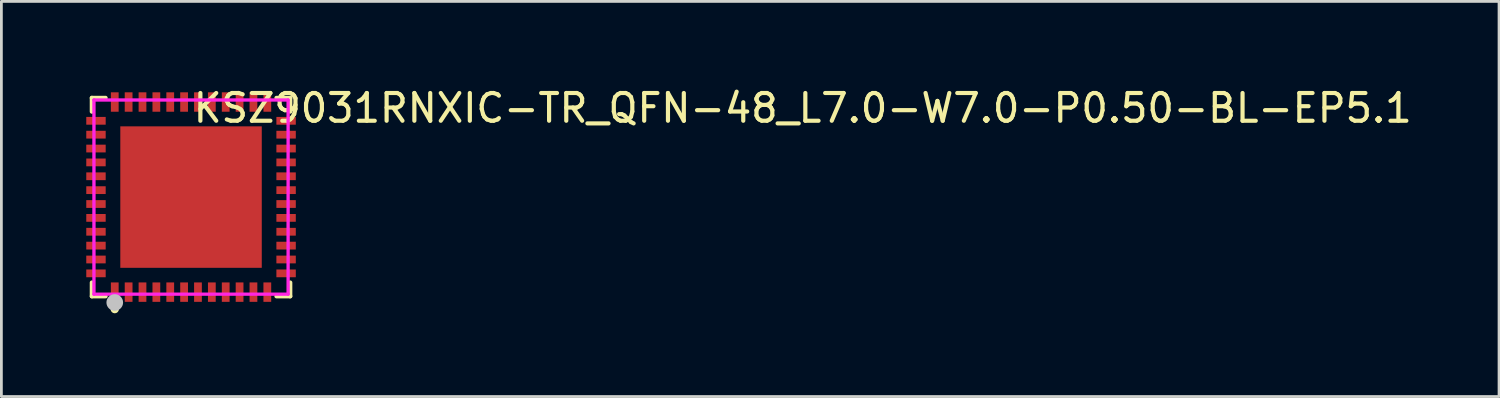
<source format=kicad_pcb>
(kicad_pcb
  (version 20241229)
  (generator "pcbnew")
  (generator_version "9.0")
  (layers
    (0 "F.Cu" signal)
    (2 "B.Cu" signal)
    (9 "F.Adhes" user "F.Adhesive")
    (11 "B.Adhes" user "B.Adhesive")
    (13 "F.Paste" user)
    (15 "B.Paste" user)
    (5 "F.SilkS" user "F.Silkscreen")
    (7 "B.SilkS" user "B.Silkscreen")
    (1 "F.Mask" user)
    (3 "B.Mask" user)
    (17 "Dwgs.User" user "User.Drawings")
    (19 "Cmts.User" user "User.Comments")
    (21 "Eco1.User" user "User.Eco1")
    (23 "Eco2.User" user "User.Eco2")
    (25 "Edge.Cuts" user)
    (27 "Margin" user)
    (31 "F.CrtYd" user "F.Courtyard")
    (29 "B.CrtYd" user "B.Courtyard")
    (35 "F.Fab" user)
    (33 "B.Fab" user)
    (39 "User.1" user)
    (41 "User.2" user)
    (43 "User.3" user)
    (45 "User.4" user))
  (footprint "KSZ9031RNXIC-TR_QFN-48_L7.0-W7.0-P0.50-BL-EP5.1"
    (layer "F.Cu")
    (at 3.837 4.055)
    (property "Reference" "KSZ9031RNXIC-TR_QFN-48_L7.0-W7.0-P0.50-BL-EP5.1" (at 0 -3.207 0) (layer "F.SilkS") (effects (font (size 1 1) (thickness 0.15)) (justify left)))
    (attr through_hole)
    (fp_line (start -3.576 -3.576) (end -3.081 -3.576) (stroke (width 0.152) (type solid)) (layer "F.SilkS"))
    (fp_line (start -3.576 -3.081) (end -3.576 -3.576) (stroke (width 0.152) (type solid)) (layer "F.SilkS"))
    (fp_line (start -3.576 3.081) (end -3.576 3.576) (stroke (width 0.152) (type solid)) (layer "F.SilkS"))
    (fp_line (start -3.576 3.576) (end -3.081 3.576) (stroke (width 0.152) (type solid)) (layer "F.SilkS"))
    (fp_line (start 3.576 -3.576) (end 3.081 -3.576) (stroke (width 0.152) (type solid)) (layer "F.SilkS"))
    (fp_line (start 3.576 -3.081) (end 3.576 -3.576) (stroke (width 0.152) (type solid)) (layer "F.SilkS"))
    (fp_line (start 3.576 3.081) (end 3.576 3.576) (stroke (width 0.152) (type solid)) (layer "F.SilkS"))
    (fp_line (start 3.576 3.576) (end 3.081 3.576) (stroke (width 0.152) (type solid)) (layer "F.SilkS"))
    (fp_circle (center -2.75 4.04) (end -2.675 4.04) (stroke (width 0.15) (type solid)) (fill no) (layer "F.SilkS"))
    (fp_poly (pts (xy -3.077 -2.61) (xy -3.077 -2.89) (xy -3.777 -2.89) (xy -3.777 -2.61)) (stroke (width 0.12) (type solid)) (fill yes) (layer "F.Paste"))
    (fp_poly (pts (xy -3.077 -2.11) (xy -3.077 -2.39) (xy -3.777 -2.39) (xy -3.777 -2.11)) (stroke (width 0.12) (type solid)) (fill yes) (layer "F.Paste"))
    (fp_poly (pts (xy -3.077 -1.61) (xy -3.077 -1.89) (xy -3.777 -1.89) (xy -3.777 -1.61)) (stroke (width 0.12) (type solid)) (fill yes) (layer "F.Paste"))
    (fp_poly (pts (xy -3.077 -1.11) (xy -3.077 -1.39) (xy -3.777 -1.39) (xy -3.777 -1.11)) (stroke (width 0.12) (type solid)) (fill yes) (layer "F.Paste"))
    (fp_poly (pts (xy -3.077 -0.61) (xy -3.077 -0.89) (xy -3.777 -0.89) (xy -3.777 -0.61)) (stroke (width 0.12) (type solid)) (fill yes) (layer "F.Paste"))
    (fp_poly (pts (xy -3.077 -0.11) (xy -3.077 -0.39) (xy -3.777 -0.39) (xy -3.777 -0.11)) (stroke (width 0.12) (type solid)) (fill yes) (layer "F.Paste"))
    (fp_poly (pts (xy -3.077 0.39) (xy -3.077 0.11) (xy -3.777 0.11) (xy -3.777 0.39)) (stroke (width 0.12) (type solid)) (fill yes) (layer "F.Paste"))
    (fp_poly (pts (xy -3.077 0.89) (xy -3.077 0.61) (xy -3.777 0.61) (xy -3.777 0.89)) (stroke (width 0.12) (type solid)) (fill yes) (layer "F.Paste"))
    (fp_poly (pts (xy -3.077 1.39) (xy -3.077 1.11) (xy -3.777 1.11) (xy -3.777 1.39)) (stroke (width 0.12) (type solid)) (fill yes) (layer "F.Paste"))
    (fp_poly (pts (xy -3.077 1.89) (xy -3.077 1.61) (xy -3.777 1.61) (xy -3.777 1.89)) (stroke (width 0.12) (type solid)) (fill yes) (layer "F.Paste"))
    (fp_poly (pts (xy -3.077 2.39) (xy -3.077 2.11) (xy -3.777 2.11) (xy -3.777 2.39)) (stroke (width 0.12) (type solid)) (fill yes) (layer "F.Paste"))
    (fp_poly (pts (xy -3.077 2.89) (xy -3.077 2.61) (xy -3.777 2.61) (xy -3.777 2.89)) (stroke (width 0.12) (type solid)) (fill yes) (layer "F.Paste"))
    (fp_poly (pts (xy -2.61 -3.778) (xy -2.89 -3.778) (xy -2.89 -3.078) (xy -2.61 -3.078)) (stroke (width 0.12) (type solid)) (fill yes) (layer "F.Paste"))
    (fp_poly (pts (xy -2.61 3.077) (xy -2.89 3.077) (xy -2.89 3.777) (xy -2.61 3.777)) (stroke (width 0.12) (type solid)) (fill yes) (layer "F.Paste"))
    (fp_poly (pts (xy -2.11 -3.778) (xy -2.39 -3.778) (xy -2.39 -3.078) (xy -2.11 -3.078)) (stroke (width 0.12) (type solid)) (fill yes) (layer "F.Paste"))
    (fp_poly (pts (xy -2.11 3.077) (xy -2.39 3.077) (xy -2.39 3.777) (xy -2.11 3.777)) (stroke (width 0.12) (type solid)) (fill yes) (layer "F.Paste"))
    (fp_poly (pts (xy -2.04 -2.04) (xy 2.04 -2.04) (xy 2.04 2.04) (xy -2.04 2.04)) (stroke (width 0.12) (type solid)) (fill yes) (layer "F.Paste"))
    (fp_poly (pts (xy -1.61 -3.778) (xy -1.89 -3.778) (xy -1.89 -3.078) (xy -1.61 -3.078)) (stroke (width 0.12) (type solid)) (fill yes) (layer "F.Paste"))
    (fp_poly (pts (xy -1.61 3.077) (xy -1.89 3.077) (xy -1.89 3.777) (xy -1.61 3.777)) (stroke (width 0.12) (type solid)) (fill yes) (layer "F.Paste"))
    (fp_poly (pts (xy -1.11 -3.778) (xy -1.39 -3.778) (xy -1.39 -3.078) (xy -1.11 -3.078)) (stroke (width 0.12) (type solid)) (fill yes) (layer "F.Paste"))
    (fp_poly (pts (xy -1.11 3.077) (xy -1.39 3.077) (xy -1.39 3.777) (xy -1.11 3.777)) (stroke (width 0.12) (type solid)) (fill yes) (layer "F.Paste"))
    (fp_poly (pts (xy -0.61 -3.778) (xy -0.89 -3.778) (xy -0.89 -3.078) (xy -0.61 -3.078)) (stroke (width 0.12) (type solid)) (fill yes) (layer "F.Paste"))
    (fp_poly (pts (xy -0.61 3.077) (xy -0.89 3.077) (xy -0.89 3.777) (xy -0.61 3.777)) (stroke (width 0.12) (type solid)) (fill yes) (layer "F.Paste"))
    (fp_poly (pts (xy -0.11 -3.778) (xy -0.39 -3.778) (xy -0.39 -3.078) (xy -0.11 -3.078)) (stroke (width 0.12) (type solid)) (fill yes) (layer "F.Paste"))
    (fp_poly (pts (xy -0.11 3.077) (xy -0.39 3.077) (xy -0.39 3.777) (xy -0.11 3.777)) (stroke (width 0.12) (type solid)) (fill yes) (layer "F.Paste"))
    (fp_poly (pts (xy 0.39 -3.778) (xy 0.11 -3.778) (xy 0.11 -3.078) (xy 0.39 -3.078)) (stroke (width 0.12) (type solid)) (fill yes) (layer "F.Paste"))
    (fp_poly (pts (xy 0.39 3.077) (xy 0.11 3.077) (xy 0.11 3.777) (xy 0.39 3.777)) (stroke (width 0.12) (type solid)) (fill yes) (layer "F.Paste"))
    (fp_poly (pts (xy 0.89 -3.778) (xy 0.61 -3.778) (xy 0.61 -3.078) (xy 0.89 -3.078)) (stroke (width 0.12) (type solid)) (fill yes) (layer "F.Paste"))
    (fp_poly (pts (xy 0.89 3.077) (xy 0.61 3.077) (xy 0.61 3.777) (xy 0.89 3.777)) (stroke (width 0.12) (type solid)) (fill yes) (layer "F.Paste"))
    (fp_poly (pts (xy 1.39 -3.778) (xy 1.11 -3.778) (xy 1.11 -3.078) (xy 1.39 -3.078)) (stroke (width 0.12) (type solid)) (fill yes) (layer "F.Paste"))
    (fp_poly (pts (xy 1.39 3.077) (xy 1.11 3.077) (xy 1.11 3.777) (xy 1.39 3.777)) (stroke (width 0.12) (type solid)) (fill yes) (layer "F.Paste"))
    (fp_poly (pts (xy 1.89 -3.778) (xy 1.61 -3.778) (xy 1.61 -3.078) (xy 1.89 -3.078)) (stroke (width 0.12) (type solid)) (fill yes) (layer "F.Paste"))
    (fp_poly (pts (xy 1.89 3.077) (xy 1.61 3.077) (xy 1.61 3.777) (xy 1.89 3.777)) (stroke (width 0.12) (type solid)) (fill yes) (layer "F.Paste"))
    (fp_poly (pts (xy 2.39 -3.778) (xy 2.11 -3.778) (xy 2.11 -3.078) (xy 2.39 -3.078)) (stroke (width 0.12) (type solid)) (fill yes) (layer "F.Paste"))
    (fp_poly (pts (xy 2.39 3.077) (xy 2.11 3.077) (xy 2.11 3.777) (xy 2.39 3.777)) (stroke (width 0.12) (type solid)) (fill yes) (layer "F.Paste"))
    (fp_poly (pts (xy 2.89 -3.778) (xy 2.61 -3.778) (xy 2.61 -3.078) (xy 2.89 -3.078)) (stroke (width 0.12) (type solid)) (fill yes) (layer "F.Paste"))
    (fp_poly (pts (xy 2.89 3.077) (xy 2.61 3.077) (xy 2.61 3.777) (xy 2.89 3.777)) (stroke (width 0.12) (type solid)) (fill yes) (layer "F.Paste"))
    (fp_poly (pts (xy 3.778 -2.61) (xy 3.778 -2.89) (xy 3.078 -2.89) (xy 3.078 -2.61)) (stroke (width 0.12) (type solid)) (fill yes) (layer "F.Paste"))
    (fp_poly (pts (xy 3.778 -2.11) (xy 3.778 -2.39) (xy 3.078 -2.39) (xy 3.078 -2.11)) (stroke (width 0.12) (type solid)) (fill yes) (layer "F.Paste"))
    (fp_poly (pts (xy 3.778 -1.61) (xy 3.778 -1.89) (xy 3.078 -1.89) (xy 3.078 -1.61)) (stroke (width 0.12) (type solid)) (fill yes) (layer "F.Paste"))
    (fp_poly (pts (xy 3.778 -1.11) (xy 3.778 -1.39) (xy 3.078 -1.39) (xy 3.078 -1.11)) (stroke (width 0.12) (type solid)) (fill yes) (layer "F.Paste"))
    (fp_poly (pts (xy 3.778 -0.61) (xy 3.778 -0.89) (xy 3.078 -0.89) (xy 3.078 -0.61)) (stroke (width 0.12) (type solid)) (fill yes) (layer "F.Paste"))
    (fp_poly (pts (xy 3.778 -0.11) (xy 3.778 -0.39) (xy 3.078 -0.39) (xy 3.078 -0.11)) (stroke (width 0.12) (type solid)) (fill yes) (layer "F.Paste"))
    (fp_poly (pts (xy 3.778 0.39) (xy 3.778 0.11) (xy 3.078 0.11) (xy 3.078 0.39)) (stroke (width 0.12) (type solid)) (fill yes) (layer "F.Paste"))
    (fp_poly (pts (xy 3.778 0.89) (xy 3.778 0.61) (xy 3.078 0.61) (xy 3.078 0.89)) (stroke (width 0.12) (type solid)) (fill yes) (layer "F.Paste"))
    (fp_poly (pts (xy 3.778 1.39) (xy 3.778 1.11) (xy 3.078 1.11) (xy 3.078 1.39)) (stroke (width 0.12) (type solid)) (fill yes) (layer "F.Paste"))
    (fp_poly (pts (xy 3.778 1.89) (xy 3.778 1.61) (xy 3.078 1.61) (xy 3.078 1.89)) (stroke (width 0.12) (type solid)) (fill yes) (layer "F.Paste"))
    (fp_poly (pts (xy 3.778 2.39) (xy 3.778 2.11) (xy 3.078 2.11) (xy 3.078 2.39)) (stroke (width 0.12) (type solid)) (fill yes) (layer "F.Paste"))
    (fp_poly (pts (xy 3.778 2.89) (xy 3.778 2.61) (xy 3.078 2.61) (xy 3.078 2.89)) (stroke (width 0.12) (type solid)) (fill yes) (layer "F.Paste"))
    (fp_circle (center -2.75 3.8) (end -2.6 3.8) (stroke (width 0.3) (type solid)) (fill no) (layer "Dwgs.User"))
    (fp_circle (center -3.5 3.5) (end -3.47 3.5) (stroke (width 0.06) (type solid)) (fill no) (layer "Eco2.User"))
    (fp_poly (pts (xy -3.1 -2.63) (xy -3.1 -2.87) (xy -3.5 -2.87) (xy -3.5 -2.63)) (stroke (width 0.12) (type solid)) (fill no) (layer "Eco2.User"))
    (fp_poly (pts (xy -3.1 -2.13) (xy -3.1 -2.37) (xy -3.5 -2.37) (xy -3.5 -2.13)) (stroke (width 0.12) (type solid)) (fill no) (layer "Eco2.User"))
    (fp_poly (pts (xy -3.1 -1.63) (xy -3.1 -1.87) (xy -3.5 -1.87) (xy -3.5 -1.63)) (stroke (width 0.12) (type solid)) (fill no) (layer "Eco2.User"))
    (fp_poly (pts (xy -3.1 -1.13) (xy -3.1 -1.37) (xy -3.5 -1.37) (xy -3.5 -1.13)) (stroke (width 0.12) (type solid)) (fill no) (layer "Eco2.User"))
    (fp_poly (pts (xy -3.1 -0.63) (xy -3.1 -0.87) (xy -3.5 -0.87) (xy -3.5 -0.63)) (stroke (width 0.12) (type solid)) (fill no) (layer "Eco2.User"))
    (fp_poly (pts (xy -3.1 -0.13) (xy -3.1 -0.37) (xy -3.5 -0.37) (xy -3.5 -0.13)) (stroke (width 0.12) (type solid)) (fill no) (layer "Eco2.User"))
    (fp_poly (pts (xy -3.1 0.37) (xy -3.1 0.13) (xy -3.5 0.13) (xy -3.5 0.37)) (stroke (width 0.12) (type solid)) (fill no) (layer "Eco2.User"))
    (fp_poly (pts (xy -3.1 0.87) (xy -3.1 0.63) (xy -3.5 0.63) (xy -3.5 0.87)) (stroke (width 0.12) (type solid)) (fill no) (layer "Eco2.User"))
    (fp_poly (pts (xy -3.1 1.37) (xy -3.1 1.13) (xy -3.5 1.13) (xy -3.5 1.37)) (stroke (width 0.12) (type solid)) (fill no) (layer "Eco2.User"))
    (fp_poly (pts (xy -3.1 1.87) (xy -3.1 1.63) (xy -3.5 1.63) (xy -3.5 1.87)) (stroke (width 0.12) (type solid)) (fill no) (layer "Eco2.User"))
    (fp_poly (pts (xy -3.1 2.37) (xy -3.1 2.13) (xy -3.5 2.13) (xy -3.5 2.37)) (stroke (width 0.12) (type solid)) (fill no) (layer "Eco2.User"))
    (fp_poly (pts (xy -3.1 2.87) (xy -3.1 2.63) (xy -3.5 2.63) (xy -3.5 2.87)) (stroke (width 0.12) (type solid)) (fill no) (layer "Eco2.User"))
    (fp_poly (pts (xy -2.87 -3.5) (xy -2.87 -3.1) (xy -2.63 -3.1) (xy -2.63 -3.5)) (stroke (width 0.12) (type solid)) (fill no) (layer "Eco2.User"))
    (fp_poly (pts (xy -2.87 3.5) (xy -2.87 3.1) (xy -2.63 3.1) (xy -2.63 3.5)) (stroke (width 0.12) (type solid)) (fill no) (layer "Eco2.User"))
    (fp_poly (pts (xy -2.55 -2.55) (xy 2.55 -2.55) (xy 2.55 2.55) (xy -2.55 2.55)) (stroke (width 0.12) (type solid)) (fill no) (layer "Eco2.User"))
    (fp_poly (pts (xy -2.37 -3.5) (xy -2.37 -3.1) (xy -2.13 -3.1) (xy -2.13 -3.5)) (stroke (width 0.12) (type solid)) (fill no) (layer "Eco2.User"))
    (fp_poly (pts (xy -2.37 3.5) (xy -2.37 3.1) (xy -2.13 3.1) (xy -2.13 3.5)) (stroke (width 0.12) (type solid)) (fill no) (layer "Eco2.User"))
    (fp_poly (pts (xy -1.87 -3.5) (xy -1.87 -3.1) (xy -1.63 -3.1) (xy -1.63 -3.5)) (stroke (width 0.12) (type solid)) (fill no) (layer "Eco2.User"))
    (fp_poly (pts (xy -1.87 3.5) (xy -1.87 3.1) (xy -1.63 3.1) (xy -1.63 3.5)) (stroke (width 0.12) (type solid)) (fill no) (layer "Eco2.User"))
    (fp_poly (pts (xy -1.37 -3.5) (xy -1.37 -3.1) (xy -1.13 -3.1) (xy -1.13 -3.5)) (stroke (width 0.12) (type solid)) (fill no) (layer "Eco2.User"))
    (fp_poly (pts (xy -1.37 3.5) (xy -1.37 3.1) (xy -1.13 3.1) (xy -1.13 3.5)) (stroke (width 0.12) (type solid)) (fill no) (layer "Eco2.User"))
    (fp_poly (pts (xy -0.87 -3.5) (xy -0.87 -3.1) (xy -0.63 -3.1) (xy -0.63 -3.5)) (stroke (width 0.12) (type solid)) (fill no) (layer "Eco2.User"))
    (fp_poly (pts (xy -0.87 3.5) (xy -0.87 3.1) (xy -0.63 3.1) (xy -0.63 3.5)) (stroke (width 0.12) (type solid)) (fill no) (layer "Eco2.User"))
    (fp_poly (pts (xy -0.37 -3.5) (xy -0.37 -3.1) (xy -0.13 -3.1) (xy -0.13 -3.5)) (stroke (width 0.12) (type solid)) (fill no) (layer "Eco2.User"))
    (fp_poly (pts (xy -0.37 3.5) (xy -0.37 3.1) (xy -0.13 3.1) (xy -0.13 3.5)) (stroke (width 0.12) (type solid)) (fill no) (layer "Eco2.User"))
    (fp_poly (pts (xy 0.13 -3.5) (xy 0.13 -3.1) (xy 0.37 -3.1) (xy 0.37 -3.5)) (stroke (width 0.12) (type solid)) (fill no) (layer "Eco2.User"))
    (fp_poly (pts (xy 0.13 3.5) (xy 0.13 3.1) (xy 0.37 3.1) (xy 0.37 3.5)) (stroke (width 0.12) (type solid)) (fill no) (layer "Eco2.User"))
    (fp_poly (pts (xy 0.63 -3.5) (xy 0.63 -3.1) (xy 0.87 -3.1) (xy 0.87 -3.5)) (stroke (width 0.12) (type solid)) (fill no) (layer "Eco2.User"))
    (fp_poly (pts (xy 0.63 3.5) (xy 0.63 3.1) (xy 0.87 3.1) (xy 0.87 3.5)) (stroke (width 0.12) (type solid)) (fill no) (layer "Eco2.User"))
    (fp_poly (pts (xy 1.13 -3.5) (xy 1.13 -3.1) (xy 1.37 -3.1) (xy 1.37 -3.5)) (stroke (width 0.12) (type solid)) (fill no) (layer "Eco2.User"))
    (fp_poly (pts (xy 1.13 3.5) (xy 1.13 3.1) (xy 1.37 3.1) (xy 1.37 3.5)) (stroke (width 0.12) (type solid)) (fill no) (layer "Eco2.User"))
    (fp_poly (pts (xy 1.63 -3.5) (xy 1.63 -3.1) (xy 1.87 -3.1) (xy 1.87 -3.5)) (stroke (width 0.12) (type solid)) (fill no) (layer "Eco2.User"))
    (fp_poly (pts (xy 1.63 3.5) (xy 1.63 3.1) (xy 1.87 3.1) (xy 1.87 3.5)) (stroke (width 0.12) (type solid)) (fill no) (layer "Eco2.User"))
    (fp_poly (pts (xy 2.13 -3.5) (xy 2.13 -3.1) (xy 2.37 -3.1) (xy 2.37 -3.5)) (stroke (width 0.12) (type solid)) (fill no) (layer "Eco2.User"))
    (fp_poly (pts (xy 2.13 3.5) (xy 2.13 3.1) (xy 2.37 3.1) (xy 2.37 3.5)) (stroke (width 0.12) (type solid)) (fill no) (layer "Eco2.User"))
    (fp_poly (pts (xy 2.63 -3.5) (xy 2.63 -3.1) (xy 2.87 -3.1) (xy 2.87 -3.5)) (stroke (width 0.12) (type solid)) (fill no) (layer "Eco2.User"))
    (fp_poly (pts (xy 2.63 3.5) (xy 2.63 3.1) (xy 2.87 3.1) (xy 2.87 3.5)) (stroke (width 0.12) (type solid)) (fill no) (layer "Eco2.User"))
    (fp_poly (pts (xy 3.1 -2.63) (xy 3.1 -2.87) (xy 3.5 -2.87) (xy 3.5 -2.63)) (stroke (width 0.12) (type solid)) (fill no) (layer "Eco2.User"))
    (fp_poly (pts (xy 3.1 -2.13) (xy 3.1 -2.37) (xy 3.5 -2.37) (xy 3.5 -2.13)) (stroke (width 0.12) (type solid)) (fill no) (layer "Eco2.User"))
    (fp_poly (pts (xy 3.1 -1.63) (xy 3.1 -1.87) (xy 3.5 -1.87) (xy 3.5 -1.63)) (stroke (width 0.12) (type solid)) (fill no) (layer "Eco2.User"))
    (fp_poly (pts (xy 3.1 -1.13) (xy 3.1 -1.37) (xy 3.5 -1.37) (xy 3.5 -1.13)) (stroke (width 0.12) (type solid)) (fill no) (layer "Eco2.User"))
    (fp_poly (pts (xy 3.1 -0.63) (xy 3.1 -0.87) (xy 3.5 -0.87) (xy 3.5 -0.63)) (stroke (width 0.12) (type solid)) (fill no) (layer "Eco2.User"))
    (fp_poly (pts (xy 3.1 -0.13) (xy 3.1 -0.37) (xy 3.5 -0.37) (xy 3.5 -0.13)) (stroke (width 0.12) (type solid)) (fill no) (layer "Eco2.User"))
    (fp_poly (pts (xy 3.1 0.37) (xy 3.1 0.13) (xy 3.5 0.13) (xy 3.5 0.37)) (stroke (width 0.12) (type solid)) (fill no) (layer "Eco2.User"))
    (fp_poly (pts (xy 3.1 0.87) (xy 3.1 0.63) (xy 3.5 0.63) (xy 3.5 0.87)) (stroke (width 0.12) (type solid)) (fill no) (layer "Eco2.User"))
    (fp_poly (pts (xy 3.1 1.37) (xy 3.1 1.13) (xy 3.5 1.13) (xy 3.5 1.37)) (stroke (width 0.12) (type solid)) (fill no) (layer "Eco2.User"))
    (fp_poly (pts (xy 3.1 1.87) (xy 3.1 1.63) (xy 3.5 1.63) (xy 3.5 1.87)) (stroke (width 0.12) (type solid)) (fill no) (layer "Eco2.User"))
    (fp_poly (pts (xy 3.1 2.37) (xy 3.1 2.13) (xy 3.5 2.13) (xy 3.5 2.37)) (stroke (width 0.12) (type solid)) (fill no) (layer "Eco2.User"))
    (fp_poly (pts (xy 3.1 2.87) (xy 3.1 2.63) (xy 3.5 2.63) (xy 3.5 2.87)) (stroke (width 0.12) (type solid)) (fill no) (layer "Eco2.User"))
    (fp_line (start -3.5 -3.5) (end 3.5 -3.5) (stroke (width 0.12) (type solid)) (layer "F.CrtYd"))
    (fp_line (start -3.5 3.5) (end -3.5 -3.5) (stroke (width 0.12) (type solid)) (layer "F.CrtYd"))
    (fp_line (start 3.5 -3.5) (end 3.5 3.5) (stroke (width 0.12) (type solid)) (layer "F.CrtYd"))
    (fp_line (start 3.5 3.5) (end -3.5 3.5) (stroke (width 0.12) (type solid)) (layer "F.CrtYd"))
    (pad "1" smd rect (at -2.75 3.427) (size 0.28 0.7) (layers "F.Cu" "F.Mask" "F.Paste"))
    (pad "2" smd rect (at -2.25 3.427) (size 0.28 0.7) (layers "F.Cu" "F.Mask" "F.Paste"))
    (pad "3" smd rect (at -1.75 3.427) (size 0.28 0.7) (layers "F.Cu" "F.Mask" "F.Paste"))
    (pad "4" smd rect (at -1.25 3.427) (size 0.28 0.7) (layers "F.Cu" "F.Mask" "F.Paste"))
    (pad "5" smd rect (at -0.75 3.427) (size 0.28 0.7) (layers "F.Cu" "F.Mask" "F.Paste"))
    (pad "6" smd rect (at -0.25 3.427) (size 0.28 0.7) (layers "F.Cu" "F.Mask" "F.Paste"))
    (pad "7" smd rect (at 0.25 3.427) (size 0.28 0.7) (layers "F.Cu" "F.Mask" "F.Paste"))
    (pad "8" smd rect (at 0.75 3.427) (size 0.28 0.7) (layers "F.Cu" "F.Mask" "F.Paste"))
    (pad "9" smd rect (at 1.25 3.427) (size 0.28 0.7) (layers "F.Cu" "F.Mask" "F.Paste"))
    (pad "10" smd rect (at 1.75 3.427) (size 0.28 0.7) (layers "F.Cu" "F.Mask" "F.Paste"))
    (pad "11" smd rect (at 2.25 3.427) (size 0.28 0.7) (layers "F.Cu" "F.Mask" "F.Paste"))
    (pad "12" smd rect (at 2.75 3.427) (size 0.28 0.7) (layers "F.Cu" "F.Mask" "F.Paste"))
    (pad "13" smd rect (at 3.427 2.75) (size 0.7 0.28) (layers "F.Cu" "F.Mask" "F.Paste"))
    (pad "14" smd rect (at 3.427 2.25) (size 0.7 0.28) (layers "F.Cu" "F.Mask" "F.Paste"))
    (pad "15" smd rect (at 3.427 1.75) (size 0.7 0.28) (layers "F.Cu" "F.Mask" "F.Paste"))
    (pad "16" smd rect (at 3.427 1.25) (size 0.7 0.28) (layers "F.Cu" "F.Mask" "F.Paste"))
    (pad "17" smd rect (at 3.427 0.75) (size 0.7 0.28) (layers "F.Cu" "F.Mask" "F.Paste"))
    (pad "18" smd rect (at 3.427 0.25) (size 0.7 0.28) (layers "F.Cu" "F.Mask" "F.Paste"))
    (pad "19" smd rect (at 3.427 -0.25) (size 0.7 0.28) (layers "F.Cu" "F.Mask" "F.Paste"))
    (pad "20" smd rect (at 3.427 -0.75) (size 0.7 0.28) (layers "F.Cu" "F.Mask" "F.Paste"))
    (pad "21" smd rect (at 3.427 -1.25) (size 0.7 0.28) (layers "F.Cu" "F.Mask" "F.Paste"))
    (pad "22" smd rect (at 3.427 -1.75) (size 0.7 0.28) (layers "F.Cu" "F.Mask" "F.Paste"))
    (pad "23" smd rect (at 3.427 -2.25) (size 0.7 0.28) (layers "F.Cu" "F.Mask" "F.Paste"))
    (pad "24" smd rect (at 3.427 -2.75) (size 0.7 0.28) (layers "F.Cu" "F.Mask" "F.Paste"))
    (pad "25" smd rect (at 2.75 -3.427) (size 0.28 0.7) (layers "F.Cu" "F.Mask" "F.Paste"))
    (pad "26" smd rect (at 2.25 -3.427) (size 0.28 0.7) (layers "F.Cu" "F.Mask" "F.Paste"))
    (pad "27" smd rect (at 1.75 -3.427) (size 0.28 0.7) (layers "F.Cu" "F.Mask" "F.Paste"))
    (pad "28" smd rect (at 1.25 -3.427) (size 0.28 0.7) (layers "F.Cu" "F.Mask" "F.Paste"))
    (pad "29" smd rect (at 0.75 -3.427) (size 0.28 0.7) (layers "F.Cu" "F.Mask" "F.Paste"))
    (pad "30" smd rect (at 0.25 -3.427) (size 0.28 0.7) (layers "F.Cu" "F.Mask" "F.Paste"))
    (pad "31" smd rect (at -0.25 -3.427) (size 0.28 0.7) (layers "F.Cu" "F.Mask" "F.Paste"))
    (pad "32" smd rect (at -0.75 -3.427) (size 0.28 0.7) (layers "F.Cu" "F.Mask" "F.Paste"))
    (pad "33" smd rect (at -1.25 -3.427) (size 0.28 0.7) (layers "F.Cu" "F.Mask" "F.Paste"))
    (pad "34" smd rect (at -1.75 -3.427) (size 0.28 0.7) (layers "F.Cu" "F.Mask" "F.Paste"))
    (pad "35" smd rect (at -2.25 -3.427) (size 0.28 0.7) (layers "F.Cu" "F.Mask" "F.Paste"))
    (pad "36" smd rect (at -2.75 -3.427) (size 0.28 0.7) (layers "F.Cu" "F.Mask" "F.Paste"))
    (pad "37" smd rect (at -3.427 -2.75) (size 0.7 0.28) (layers "F.Cu" "F.Mask" "F.Paste"))
    (pad "38" smd rect (at -3.427 -2.25) (size 0.7 0.28) (layers "F.Cu" "F.Mask" "F.Paste"))
    (pad "39" smd rect (at -3.427 -1.75) (size 0.7 0.28) (layers "F.Cu" "F.Mask" "F.Paste"))
    (pad "40" smd rect (at -3.427 -1.25) (size 0.7 0.28) (layers "F.Cu" "F.Mask" "F.Paste"))
    (pad "41" smd rect (at -3.427 -0.75) (size 0.7 0.28) (layers "F.Cu" "F.Mask" "F.Paste"))
    (pad "42" smd rect (at -3.427 -0.25) (size 0.7 0.28) (layers "F.Cu" "F.Mask" "F.Paste"))
    (pad "43" smd rect (at -3.427 0.25) (size 0.7 0.28) (layers "F.Cu" "F.Mask" "F.Paste"))
    (pad "44" smd rect (at -3.427 0.75) (size 0.7 0.28) (layers "F.Cu" "F.Mask" "F.Paste"))
    (pad "45" smd rect (at -3.427 1.25) (size 0.7 0.28) (layers "F.Cu" "F.Mask" "F.Paste"))
    (pad "46" smd rect (at -3.427 1.75) (size 0.7 0.28) (layers "F.Cu" "F.Mask" "F.Paste"))
    (pad "47" smd rect (at -3.427 2.25) (size 0.7 0.28) (layers "F.Cu" "F.Mask" "F.Paste"))
    (pad "48" smd rect (at -3.427 2.75) (size 0.7 0.28) (layers "F.Cu" "F.Mask" "F.Paste"))
    (pad "49" smd rect (at 0 0) (size 5.1 5.1) (layers "F.Cu" "F.Mask" "F.Paste")))
  (gr_rect
    (start -3 -3)
    (end 50.992 11.245)
    (stroke (width 0.1) (type default))
    (fill no)
    (layer "Edge.Cuts")))
</source>
